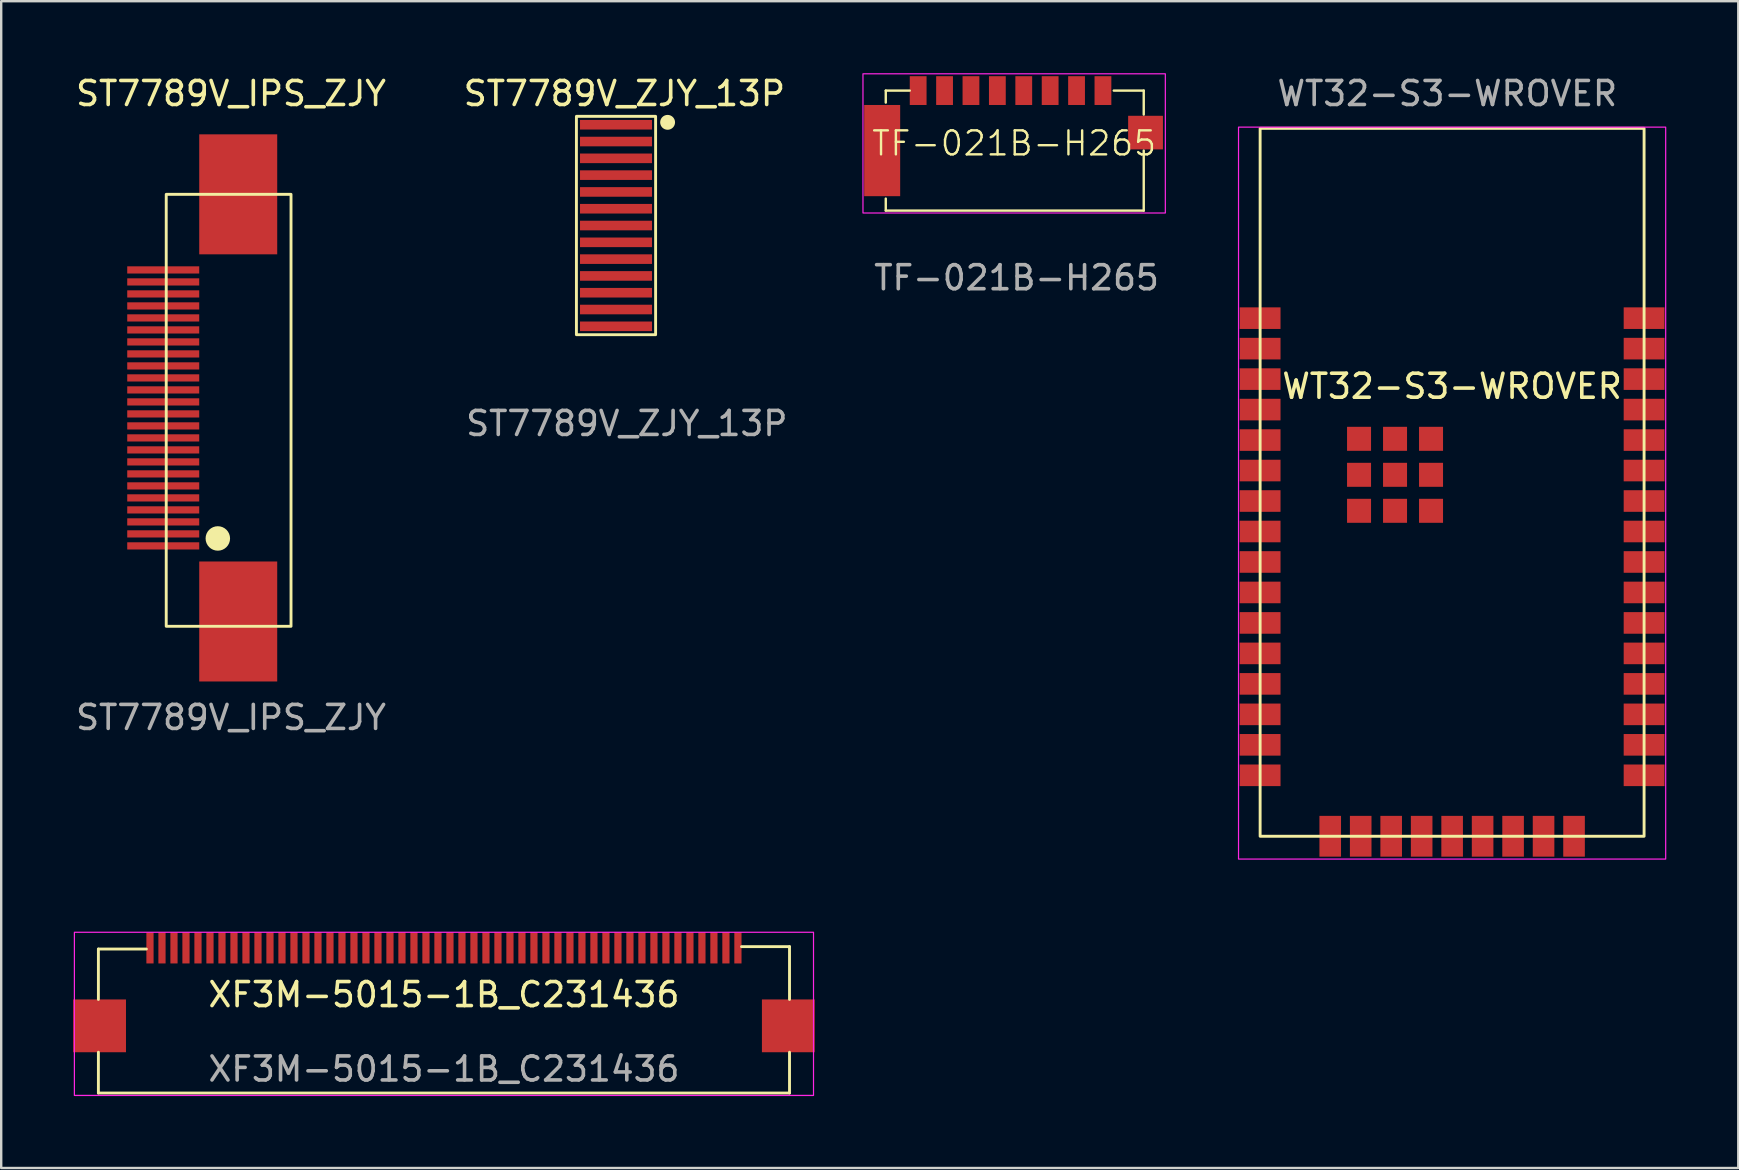
<source format=kicad_pcb>
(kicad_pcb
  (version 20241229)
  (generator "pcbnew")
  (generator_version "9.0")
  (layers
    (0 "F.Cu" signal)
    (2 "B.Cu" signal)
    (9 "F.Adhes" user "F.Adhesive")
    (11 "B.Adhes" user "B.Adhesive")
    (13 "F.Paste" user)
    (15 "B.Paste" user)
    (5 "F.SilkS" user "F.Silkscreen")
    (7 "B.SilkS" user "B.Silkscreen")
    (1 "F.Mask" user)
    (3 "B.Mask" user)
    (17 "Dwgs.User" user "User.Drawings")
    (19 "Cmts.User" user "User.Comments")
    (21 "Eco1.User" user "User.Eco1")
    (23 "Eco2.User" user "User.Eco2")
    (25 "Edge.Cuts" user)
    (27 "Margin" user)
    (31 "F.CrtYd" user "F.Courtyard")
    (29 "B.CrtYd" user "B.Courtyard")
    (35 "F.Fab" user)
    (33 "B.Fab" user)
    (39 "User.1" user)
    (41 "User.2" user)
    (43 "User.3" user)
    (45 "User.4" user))
  (footprint "WT32-S3-WROVER"
    (layer "F.Cu")
    (at 57.461 17.048)
    (property "Reference" "WT32-S3-WROVER" (at 0 -4 0) (unlocked yes) (layer "F.SilkS") (effects (font (size 1 1) (thickness 0.15))))
    (attr smd)
    (fp_rect (start -8 -14.75) (end 8 14.75) (stroke (width 0.12) (type default)) (fill no) (layer "F.SilkS"))
    (fp_rect (start -8.9 -14.8) (end 8.9 15.7) (stroke (width 0.05) (type default)) (fill no) (layer "F.CrtYd"))
    (fp_text user "${REFERENCE}" (at -0.2 -16.2 0) (unlocked yes) (layer "F.Fab") (effects (font (size 1 1) (thickness 0.15))))
    (pad "1" smd rect (at -8 -6.84 90) (size 0.9 1.7) (layers "F.Cu" "F.Mask" "F.Paste"))
    (pad "2" smd rect (at -8 -5.57 90) (size 0.9 1.7) (layers "F.Cu" "F.Mask" "F.Paste"))
    (pad "3" smd rect (at -8 -4.3 90) (size 0.9 1.7) (layers "F.Cu" "F.Mask" "F.Paste"))
    (pad "4" smd rect (at -8 -3.03 90) (size 0.9 1.7) (layers "F.Cu" "F.Mask" "F.Paste"))
    (pad "5" smd rect (at -8 -1.76 90) (size 0.9 1.7) (layers "F.Cu" "F.Mask" "F.Paste"))
    (pad "6" smd rect (at -8 -0.49 90) (size 0.9 1.7) (layers "F.Cu" "F.Mask" "F.Paste"))
    (pad "7" smd rect (at -8 0.78 90) (size 0.9 1.7) (layers "F.Cu" "F.Mask" "F.Paste"))
    (pad "8" smd rect (at -8 2.05 90) (size 0.9 1.7) (layers "F.Cu" "F.Mask" "F.Paste"))
    (pad "9" smd rect (at -8 3.32 90) (size 0.9 1.7) (layers "F.Cu" "F.Mask" "F.Paste"))
    (pad "10" smd rect (at -8 4.59 90) (size 0.9 1.7) (layers "F.Cu" "F.Mask" "F.Paste"))
    (pad "11" smd rect (at -8 5.86 90) (size 0.9 1.7) (layers "F.Cu" "F.Mask" "F.Paste"))
    (pad "12" smd rect (at -8 7.13 90) (size 0.9 1.7) (layers "F.Cu" "F.Mask" "F.Paste"))
    (pad "13" smd rect (at -8 8.4 90) (size 0.9 1.7) (layers "F.Cu" "F.Mask" "F.Paste"))
    (pad "14" smd rect (at -8 9.67 90) (size 0.9 1.7) (layers "F.Cu" "F.Mask" "F.Paste"))
    (pad "15" smd rect (at -8 10.94 90) (size 0.9 1.7) (layers "F.Cu" "F.Mask" "F.Paste"))
    (pad "16" smd rect (at -8 12.21 90) (size 0.9 1.7) (layers "F.Cu" "F.Mask" "F.Paste"))
    (pad "17" smd rect (at -5.079 14.75 180) (size 0.9 1.7) (layers "F.Cu" "F.Mask" "F.Paste"))
    (pad "18" smd rect (at -3.809 14.75 180) (size 0.9 1.7) (layers "F.Cu" "F.Mask" "F.Paste"))
    (pad "19" smd rect (at -2.539 14.75 180) (size 0.9 1.7) (layers "F.Cu" "F.Mask" "F.Paste"))
    (pad "20" smd rect (at -1.269 14.75 180) (size 0.9 1.7) (layers "F.Cu" "F.Mask" "F.Paste"))
    (pad "21" smd rect (at 0.001 14.75 180) (size 0.9 1.7) (layers "F.Cu" "F.Mask" "F.Paste"))
    (pad "22" smd rect (at 1.271 14.75 180) (size 0.9 1.7) (layers "F.Cu" "F.Mask" "F.Paste"))
    (pad "23" smd rect (at 2.541 14.75 180) (size 0.9 1.7) (layers "F.Cu" "F.Mask" "F.Paste"))
    (pad "24" smd rect (at 3.811 14.75 180) (size 0.9 1.7) (layers "F.Cu" "F.Mask" "F.Paste"))
    (pad "25" smd rect (at 5.081 14.75 180) (size 0.9 1.7) (layers "F.Cu" "F.Mask" "F.Paste"))
    (pad "26" smd rect (at 8 12.21 90) (size 0.9 1.7) (layers "F.Cu" "F.Mask" "F.Paste"))
    (pad "27" smd rect (at 8 10.94 90) (size 0.9 1.7) (layers "F.Cu" "F.Mask" "F.Paste"))
    (pad "28" smd rect (at 8 9.67 90) (size 0.9 1.7) (layers "F.Cu" "F.Mask" "F.Paste"))
    (pad "29" smd rect (at 8 8.4 90) (size 0.9 1.7) (layers "F.Cu" "F.Mask" "F.Paste"))
    (pad "30" smd rect (at 8 7.13 90) (size 0.9 1.7) (layers "F.Cu" "F.Mask" "F.Paste"))
    (pad "31" smd rect (at 8 5.86 90) (size 0.9 1.7) (layers "F.Cu" "F.Mask" "F.Paste"))
    (pad "32" smd rect (at 8 4.59 90) (size 0.9 1.7) (layers "F.Cu" "F.Mask" "F.Paste"))
    (pad "33" smd rect (at 8 3.32 90) (size 0.9 1.7) (layers "F.Cu" "F.Mask" "F.Paste"))
    (pad "34" smd rect (at 8 2.05 90) (size 0.9 1.7) (layers "F.Cu" "F.Mask" "F.Paste"))
    (pad "35" smd rect (at 8 0.78 90) (size 0.9 1.7) (layers "F.Cu" "F.Mask" "F.Paste"))
    (pad "36" smd rect (at 8 -0.49 90) (size 0.9 1.7) (layers "F.Cu" "F.Mask" "F.Paste"))
    (pad "37" smd rect (at 8 -1.76 90) (size 0.9 1.7) (layers "F.Cu" "F.Mask" "F.Paste"))
    (pad "38" smd rect (at 8 -3.03 90) (size 0.9 1.7) (layers "F.Cu" "F.Mask" "F.Paste"))
    (pad "39" smd rect (at 8 -4.3 90) (size 0.9 1.7) (layers "F.Cu" "F.Mask" "F.Paste"))
    (pad "40" smd rect (at 8 -5.57 90) (size 0.9 1.7) (layers "F.Cu" "F.Mask" "F.Paste"))
    (pad "41" smd rect (at 8 -6.84 90) (size 0.9 1.7) (layers "F.Cu" "F.Mask" "F.Paste"))
    (pad "42" smd rect (at -3.878 -1.812 90) (size 1 1) (layers "F.Cu" "F.Mask" "F.Paste"))
    (pad "42" smd rect (at -3.878 -0.312 90) (size 1 1) (layers "F.Cu" "F.Mask" "F.Paste"))
    (pad "42" smd rect (at -3.878 1.188 90) (size 1 1) (layers "F.Cu" "F.Mask" "F.Paste"))
    (pad "42" smd rect (at -2.378 -1.812 90) (size 1 1) (layers "F.Cu" "F.Mask" "F.Paste"))
    (pad "42" smd rect (at -2.378 -0.312 90) (size 1 1) (layers "F.Cu" "F.Mask" "F.Paste"))
    (pad "42" smd rect (at -2.378 1.188 90) (size 1 1) (layers "F.Cu" "F.Mask" "F.Paste"))
    (pad "42" smd rect (at -0.878 -1.812 90) (size 1 1) (layers "F.Cu" "F.Mask" "F.Paste"))
    (pad "42" smd rect (at -0.878 -0.312 90) (size 1 1) (layers "F.Cu" "F.Mask" "F.Paste"))
    (pad "42" smd rect (at -0.878 1.188 90) (size 1 1) (layers "F.Cu" "F.Mask" "F.Paste")))
  (footprint "ST7789V_IPS_ZJY"
    (layer "F.Cu")
    (at 6.577 13.948)
    (property "Reference" "ST7789V_IPS_ZJY" (at 0 -13.1 0) (unlocked yes) (layer "F.SilkS") (effects (font (size 1 1) (thickness 0.15))))
    (attr smd)
    (fp_rect (start -2.7 -8.9) (end 2.5 9.1) (stroke (width 0.12) (type solid)) (fill no) (layer "F.SilkS"))
    (fp_circle (center -0.55 5.44) (end -0.1 5.44) (stroke (width 0.12) (type solid)) (fill yes) (layer "F.SilkS"))
    (fp_text user "${REFERENCE}" (at 0 12.9 0) (unlocked yes) (layer "F.Fab") (effects (font (size 1 1) (thickness 0.15))))
    (pad "1" smd rect (at -2.825 5.75) (size 3 0.3) (layers "F.Cu" "F.Mask" "F.Paste"))
    (pad "2" smd rect (at -2.825 5.25) (size 3 0.3) (layers "F.Cu" "F.Mask" "F.Paste"))
    (pad "3" smd rect (at -2.825 4.75) (size 3 0.3) (layers "F.Cu" "F.Mask" "F.Paste"))
    (pad "4" smd rect (at -2.825 4.25) (size 3 0.3) (layers "F.Cu" "F.Mask" "F.Paste"))
    (pad "5" smd rect (at -2.825 3.75) (size 3 0.3) (layers "F.Cu" "F.Mask" "F.Paste"))
    (pad "6" smd rect (at -2.825 3.25) (size 3 0.3) (layers "F.Cu" "F.Mask" "F.Paste"))
    (pad "7" smd rect (at -2.825 2.75) (size 3 0.3) (layers "F.Cu" "F.Mask" "F.Paste"))
    (pad "8" smd rect (at -2.825 2.25) (size 3 0.3) (layers "F.Cu" "F.Mask" "F.Paste"))
    (pad "9" smd rect (at -2.825 1.75) (size 3 0.3) (layers "F.Cu" "F.Mask" "F.Paste"))
    (pad "10" smd rect (at -2.825 1.25) (size 3 0.3) (layers "F.Cu" "F.Mask" "F.Paste"))
    (pad "11" smd rect (at -2.825 0.75) (size 3 0.3) (layers "F.Cu" "F.Mask" "F.Paste"))
    (pad "12" smd rect (at -2.825 0.25) (size 3 0.3) (layers "F.Cu" "F.Mask" "F.Paste"))
    (pad "13" smd rect (at -2.825 -0.25) (size 3 0.3) (layers "F.Cu" "F.Mask" "F.Paste"))
    (pad "14" smd rect (at -2.825 -0.75) (size 3 0.3) (layers "F.Cu" "F.Mask" "F.Paste"))
    (pad "15" smd rect (at -2.825 -1.25) (size 3 0.3) (layers "F.Cu" "F.Mask" "F.Paste"))
    (pad "16" smd rect (at -2.825 -1.75) (size 3 0.3) (layers "F.Cu" "F.Mask" "F.Paste"))
    (pad "17" smd rect (at -2.825 -2.25) (size 3 0.3) (layers "F.Cu" "F.Mask" "F.Paste"))
    (pad "18" smd rect (at -2.825 -2.75) (size 3 0.3) (layers "F.Cu" "F.Mask" "F.Paste"))
    (pad "19" smd rect (at -2.825 -3.25) (size 3 0.3) (layers "F.Cu" "F.Mask" "F.Paste"))
    (pad "20" smd rect (at -2.825 -3.75) (size 3 0.3) (layers "F.Cu" "F.Mask" "F.Paste"))
    (pad "21" smd rect (at -2.825 -4.25) (size 3 0.3) (layers "F.Cu" "F.Mask" "F.Paste"))
    (pad "22" smd rect (at -2.825 -4.75) (size 3 0.3) (layers "F.Cu" "F.Mask" "F.Paste"))
    (pad "23" smd rect (at -2.825 -5.25) (size 3 0.3) (layers "F.Cu" "F.Mask" "F.Paste"))
    (pad "24" smd rect (at -2.825 -5.75) (size 3 0.3) (layers "F.Cu" "F.Mask" "F.Paste"))
    (pad "24" smd rect (at 0.3 -8.9) (size 3.25 5) (layers "F.Cu" "F.Mask" "F.Paste"))
    (pad "24" smd rect (at 0.3 8.9) (size 3.25 5) (layers "F.Cu" "F.Mask" "F.Paste")))
  (footprint "TF-021B-H265"
    (layer "F.Cu")
    (at 39.111 0.725)
    (property "Reference" "TF-021B-H265" (at 0.1 2.2 0) (unlocked yes) (layer "F.SilkS") (effects (font (size 1 1) (thickness 0.1))))
    (attr smd)
    (fp_line (start -5.25 0) (end -5.25 0.5) (stroke (width 0.1) (type default)) (layer "F.SilkS"))
    (fp_line (start -5.25 4.5) (end -5.25 5) (stroke (width 0.1) (type default)) (layer "F.SilkS"))
    (fp_line (start -5.25 5) (end 5.5 5) (stroke (width 0.1) (type default)) (layer "F.SilkS"))
    (fp_line (start -4.25 0) (end -5.25 0) (stroke (width 0.1) (type default)) (layer "F.SilkS"))
    (fp_line (start 4.25 0) (end 5.5 0) (stroke (width 0.1) (type default)) (layer "F.SilkS"))
    (fp_line (start 5.5 0) (end 5.5 1) (stroke (width 0.1) (type default)) (layer "F.SilkS"))
    (fp_line (start 5.5 5) (end 5.5 2.5) (stroke (width 0.1) (type default)) (layer "F.SilkS"))
    (fp_rect (start -6.2 -0.7) (end 6.4 5.1) (stroke (width 0.05) (type default)) (fill no) (layer "F.CrtYd"))
    (fp_text user "${REFERENCE}" (at 0.2 7.8 0) (unlocked yes) (layer "F.Fab") (effects (font (size 1 1) (thickness 0.15))))
    (pad "1" smd rect (at 3.8 0) (size 0.7 1.2) (layers "F.Cu" "F.Mask" "F.Paste"))
    (pad "2" smd rect (at 2.7 0) (size 0.7 1.2) (layers "F.Cu" "F.Mask" "F.Paste"))
    (pad "3" smd rect (at 1.6 0) (size 0.7 1.2) (layers "F.Cu" "F.Mask" "F.Paste"))
    (pad "4" smd rect (at 0.5 0) (size 0.7 1.2) (layers "F.Cu" "F.Mask" "F.Paste"))
    (pad "5" smd rect (at -0.6 0) (size 0.7 1.2) (layers "F.Cu" "F.Mask" "F.Paste"))
    (pad "6" smd rect (at -1.7 0) (size 0.7 1.2) (layers "F.Cu" "F.Mask" "F.Paste"))
    (pad "7" smd rect (at -2.8 0) (size 0.7 1.2) (layers "F.Cu" "F.Mask" "F.Paste"))
    (pad "8" smd rect (at -3.9 0) (size 0.7 1.2) (layers "F.Cu" "F.Mask" "F.Paste"))
    (pad "9" smd rect (at 5.575 1.75) (size 1.45 1.4) (layers "F.Cu" "F.Mask" "F.Paste"))
    (pad "10" smd rect (at -5.4 2.5) (size 1.5 3.8) (layers "F.Cu" "F.Mask" "F.Paste")))
  (footprint "ST7789V_ZJY_13P"
    (layer "F.Cu")
    (at 22.62 6.348)
    (property "Reference" "ST7789V_ZJY_13P" (at 0.35 -5.5 0) (unlocked yes) (layer "F.SilkS") (effects (font (size 1 1) (thickness 0.15))))
    (attr smd)
    (fp_rect (start -1.65 -4.55) (end 1.65 4.55) (stroke (width 0.12) (type default)) (fill no) (layer "F.SilkS"))
    (fp_circle (center 2.15 -4.3) (end 2.4 -4.3) (stroke (width 0.12) (type solid)) (fill yes) (layer "F.SilkS"))
    (fp_text user "${REFERENCE}" (at 0.45 8.25 0) (unlocked yes) (layer "F.Fab") (effects (font (size 1 1) (thickness 0.15))))
    (pad "1" smd rect (at 0 -4.2) (size 3 0.4) (layers "F.Cu" "F.Mask" "F.Paste"))
    (pad "2" smd rect (at 0 -3.5) (size 3 0.4) (layers "F.Cu" "F.Mask" "F.Paste"))
    (pad "3" smd rect (at 0 -2.8) (size 3 0.4) (layers "F.Cu" "F.Mask" "F.Paste"))
    (pad "4" smd rect (at 0 -2.1) (size 3 0.4) (layers "F.Cu" "F.Mask" "F.Paste"))
    (pad "5" smd rect (at 0 -1.4) (size 3 0.4) (layers "F.Cu" "F.Mask" "F.Paste"))
    (pad "6" smd rect (at 0 -0.7) (size 3 0.4) (layers "F.Cu" "F.Mask" "F.Paste"))
    (pad "7" smd rect (at 0 0) (size 3 0.4) (layers "F.Cu" "F.Mask" "F.Paste"))
    (pad "8" smd rect (at 0 0.7) (size 3 0.4) (layers "F.Cu" "F.Mask" "F.Paste"))
    (pad "9" smd rect (at 0 1.4) (size 3 0.4) (layers "F.Cu" "F.Mask" "F.Paste"))
    (pad "10" smd rect (at 0 2.1) (size 3 0.4) (layers "F.Cu" "F.Mask" "F.Paste"))
    (pad "11" smd rect (at 0 2.8) (size 3 0.4) (layers "F.Cu" "F.Mask" "F.Paste"))
    (pad "12" smd rect (at 0 3.5) (size 3 0.4) (layers "F.Cu" "F.Mask" "F.Paste"))
    (pad "13" smd rect (at 0 4.2) (size 3 0.4) (layers "F.Cu" "F.Mask" "F.Paste")))
  (footprint "XF3M-5015-1B_C231436"
    (layer "F.Cu")
    (at 15.45 39.698)
    (property "Reference" "XF3M-5015-1B_C231436" (at 0 -1.3 0) (unlocked yes) (layer "F.SilkS") (effects (font (size 1 1) (thickness 0.15))))
    (attr smd)
    (fp_line (start -14.4 -3.2) (end -12.4 -3.2) (stroke (width 0.12) (type default)) (layer "F.SilkS"))
    (fp_line (start -14.4 -1.1) (end -14.4 -3.2) (stroke (width 0.12) (type default)) (layer "F.SilkS"))
    (fp_line (start -14.4 2.8) (end -14.4 1.1) (stroke (width 0.12) (type default)) (layer "F.SilkS"))
    (fp_line (start 12.4 -3.3) (end 14.4 -3.3) (stroke (width 0.12) (type default)) (layer "F.SilkS"))
    (fp_line (start 14.4 -3.3) (end 14.4 -1.1) (stroke (width 0.12) (type default)) (layer "F.SilkS"))
    (fp_line (start 14.4 1.1) (end 14.4 2.8) (stroke (width 0.12) (type default)) (layer "F.SilkS"))
    (fp_line (start 14.4 2.8) (end -14.4 2.8) (stroke (width 0.12) (type default)) (layer "F.SilkS"))
    (fp_rect (start -15.4 -3.9) (end 15.4 2.9) (stroke (width 0.05) (type default)) (fill no) (layer "F.CrtYd"))
    (fp_text user "${REFERENCE}" (at 0 1.8 0) (unlocked yes) (layer "F.Fab") (effects (font (size 1 1) (thickness 0.15))))
    (pad "1" smd rect (at -12.25 -3.25) (size 0.3 1.3) (layers "F.Cu" "F.Mask" "F.Paste"))
    (pad "2" smd rect (at -11.75 -3.25) (size 0.3 1.3) (layers "F.Cu" "F.Mask" "F.Paste"))
    (pad "3" smd rect (at -11.25 -3.25) (size 0.3 1.3) (layers "F.Cu" "F.Mask" "F.Paste"))
    (pad "4" smd rect (at -10.75 -3.25) (size 0.3 1.3) (layers "F.Cu" "F.Mask" "F.Paste"))
    (pad "5" smd rect (at -10.25 -3.25) (size 0.3 1.3) (layers "F.Cu" "F.Mask" "F.Paste"))
    (pad "6" smd rect (at -9.75 -3.25) (size 0.3 1.3) (layers "F.Cu" "F.Mask" "F.Paste"))
    (pad "7" smd rect (at -9.25 -3.25) (size 0.3 1.3) (layers "F.Cu" "F.Mask" "F.Paste"))
    (pad "8" smd rect (at -8.75 -3.25) (size 0.3 1.3) (layers "F.Cu" "F.Mask" "F.Paste"))
    (pad "9" smd rect (at -8.25 -3.25) (size 0.3 1.3) (layers "F.Cu" "F.Mask" "F.Paste"))
    (pad "10" smd rect (at -7.75 -3.25) (size 0.3 1.3) (layers "F.Cu" "F.Mask" "F.Paste"))
    (pad "11" smd rect (at -7.25 -3.25) (size 0.3 1.3) (layers "F.Cu" "F.Mask" "F.Paste"))
    (pad "12" smd rect (at -6.75 -3.25) (size 0.3 1.3) (layers "F.Cu" "F.Mask" "F.Paste"))
    (pad "13" smd rect (at -6.25 -3.25) (size 0.3 1.3) (layers "F.Cu" "F.Mask" "F.Paste"))
    (pad "14" smd rect (at -5.75 -3.25) (size 0.3 1.3) (layers "F.Cu" "F.Mask" "F.Paste"))
    (pad "15" smd rect (at -5.25 -3.25) (size 0.3 1.3) (layers "F.Cu" "F.Mask" "F.Paste"))
    (pad "16" smd rect (at -4.75 -3.25) (size 0.3 1.3) (layers "F.Cu" "F.Mask" "F.Paste"))
    (pad "17" smd rect (at -4.25 -3.25) (size 0.3 1.3) (layers "F.Cu" "F.Mask" "F.Paste"))
    (pad "18" smd rect (at -3.75 -3.25) (size 0.3 1.3) (layers "F.Cu" "F.Mask" "F.Paste"))
    (pad "19" smd rect (at -3.25 -3.25) (size 0.3 1.3) (layers "F.Cu" "F.Mask" "F.Paste"))
    (pad "20" smd rect (at -2.75 -3.25) (size 0.3 1.3) (layers "F.Cu" "F.Mask" "F.Paste"))
    (pad "21" smd rect (at -2.25 -3.25) (size 0.3 1.3) (layers "F.Cu" "F.Mask" "F.Paste"))
    (pad "22" smd rect (at -1.75 -3.25) (size 0.3 1.3) (layers "F.Cu" "F.Mask" "F.Paste"))
    (pad "23" smd rect (at -1.25 -3.25) (size 0.3 1.3) (layers "F.Cu" "F.Mask" "F.Paste"))
    (pad "24" smd rect (at -0.75 -3.25) (size 0.3 1.3) (layers "F.Cu" "F.Mask" "F.Paste"))
    (pad "25" smd rect (at -0.25 -3.25) (size 0.3 1.3) (layers "F.Cu" "F.Mask" "F.Paste"))
    (pad "26" smd rect (at 0.25 -3.25) (size 0.3 1.3) (layers "F.Cu" "F.Mask" "F.Paste"))
    (pad "27" smd rect (at 0.75 -3.25) (size 0.3 1.3) (layers "F.Cu" "F.Mask" "F.Paste"))
    (pad "28" smd rect (at 1.25 -3.25) (size 0.3 1.3) (layers "F.Cu" "F.Mask" "F.Paste"))
    (pad "29" smd rect (at 1.75 -3.25) (size 0.3 1.3) (layers "F.Cu" "F.Mask" "F.Paste"))
    (pad "30" smd rect (at 2.25 -3.25) (size 0.3 1.3) (layers "F.Cu" "F.Mask" "F.Paste"))
    (pad "31" smd rect (at 2.75 -3.25) (size 0.3 1.3) (layers "F.Cu" "F.Mask" "F.Paste"))
    (pad "32" smd rect (at 3.25 -3.25) (size 0.3 1.3) (layers "F.Cu" "F.Mask" "F.Paste"))
    (pad "33" smd rect (at 3.75 -3.25) (size 0.3 1.3) (layers "F.Cu" "F.Mask" "F.Paste"))
    (pad "34" smd rect (at 4.25 -3.25) (size 0.3 1.3) (layers "F.Cu" "F.Mask" "F.Paste"))
    (pad "35" smd rect (at 4.75 -3.25) (size 0.3 1.3) (layers "F.Cu" "F.Mask" "F.Paste"))
    (pad "36" smd rect (at 5.25 -3.25) (size 0.3 1.3) (layers "F.Cu" "F.Mask" "F.Paste"))
    (pad "37" smd rect (at 5.75 -3.25) (size 0.3 1.3) (layers "F.Cu" "F.Mask" "F.Paste"))
    (pad "38" smd rect (at 6.25 -3.25) (size 0.3 1.3) (layers "F.Cu" "F.Mask" "F.Paste"))
    (pad "39" smd rect (at 6.75 -3.25) (size 0.3 1.3) (layers "F.Cu" "F.Mask" "F.Paste"))
    (pad "40" smd rect (at 7.25 -3.25) (size 0.3 1.3) (layers "F.Cu" "F.Mask" "F.Paste"))
    (pad "41" smd rect (at 7.75 -3.25) (size 0.3 1.3) (layers "F.Cu" "F.Mask" "F.Paste"))
    (pad "42" smd rect (at 8.25 -3.25) (size 0.3 1.3) (layers "F.Cu" "F.Mask" "F.Paste"))
    (pad "43" smd rect (at 8.75 -3.25) (size 0.3 1.3) (layers "F.Cu" "F.Mask" "F.Paste"))
    (pad "44" smd rect (at 9.25 -3.25) (size 0.3 1.3) (layers "F.Cu" "F.Mask" "F.Paste"))
    (pad "45" smd rect (at 9.75 -3.25) (size 0.3 1.3) (layers "F.Cu" "F.Mask" "F.Paste"))
    (pad "46" smd rect (at 10.25 -3.25) (size 0.3 1.3) (layers "F.Cu" "F.Mask" "F.Paste"))
    (pad "47" smd rect (at 10.75 -3.25) (size 0.3 1.3) (layers "F.Cu" "F.Mask" "F.Paste"))
    (pad "48" smd rect (at 11.25 -3.25) (size 0.3 1.3) (layers "F.Cu" "F.Mask" "F.Paste"))
    (pad "49" smd rect (at 11.75 -3.25) (size 0.3 1.3) (layers "F.Cu" "F.Mask" "F.Paste"))
    (pad "50" smd rect (at 12.25 -3.25) (size 0.3 1.3) (layers "F.Cu" "F.Mask" "F.Paste"))
    (pad "51" smd rect (at -14.35 0) (size 2.2 2.2) (layers "F.Cu" "F.Mask" "F.Paste"))
    (pad "52" smd rect (at 14.35 0) (size 2.2 2.2) (layers "F.Cu" "F.Mask" "F.Paste")))
  (gr_rect
    (start -3 -3)
    (end 69.386 45.623)
    (stroke (width 0.1) (type default))
    (fill no)
    (layer "Edge.Cuts")))
</source>
